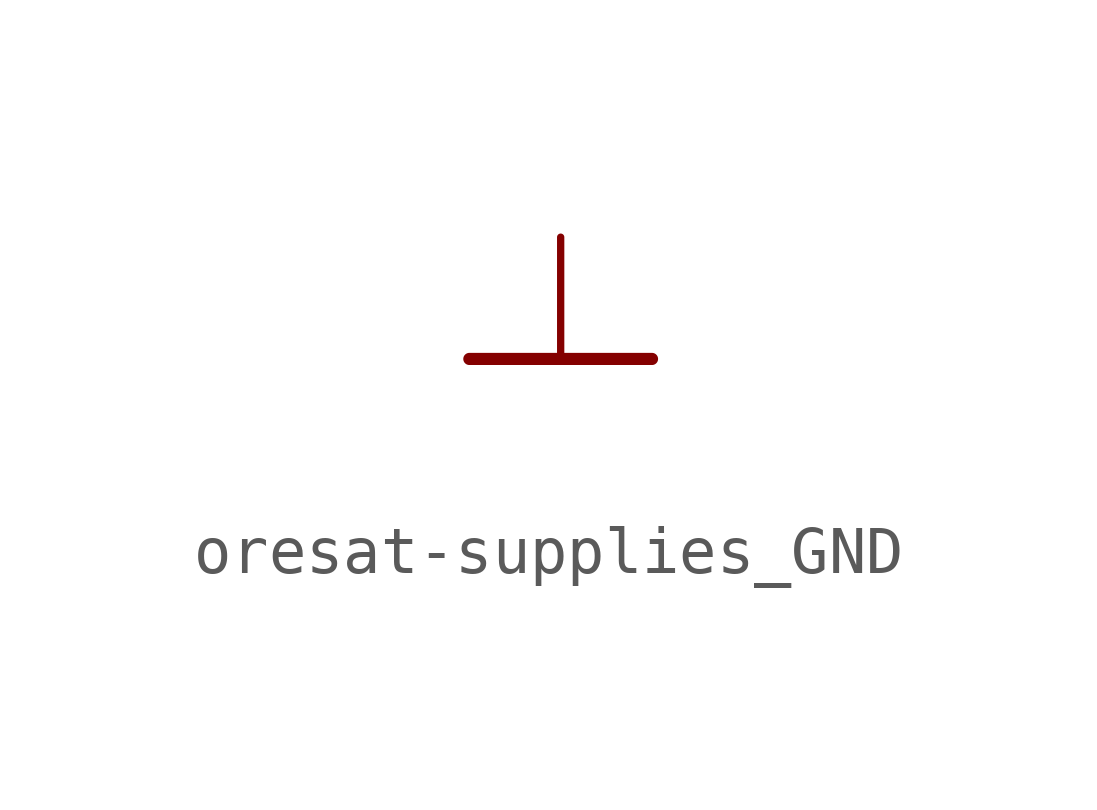
<source format=kicad_sym>
(kicad_symbol_lib
  (version 20241209)
  (generator "kicad_symbol_editor")
  (generator_version "9.0")
  (symbol "oresat-supplies_GND"
    (power)
    (property "Reference" "#GND"
      (at 0 0 0)
      (effects (font (size 1.27 1.27)) (hide yes)))
    (property "Value" ""
      (at -2.54 -2.54 0)
      (effects (font (size 1.778 1.511)) (justify left bottom)))
    (property "ki_locked" ""
      (at 0 0 0)
      (effects (font (size 1.27 1.27))))
    (symbol "oresat-supplies_GND_1_0"
      (polyline (pts (xy -1.905 0) (xy 1.905 0)) (stroke (width 0.254) (type solid)) (fill (type none)))
      (pin power_in line (at 0 2.54 270) (length 2.54) (name "GND" (effects (font (size 0 0)))) (number "1" (effects (font (size 0 0))))))))
</source>
